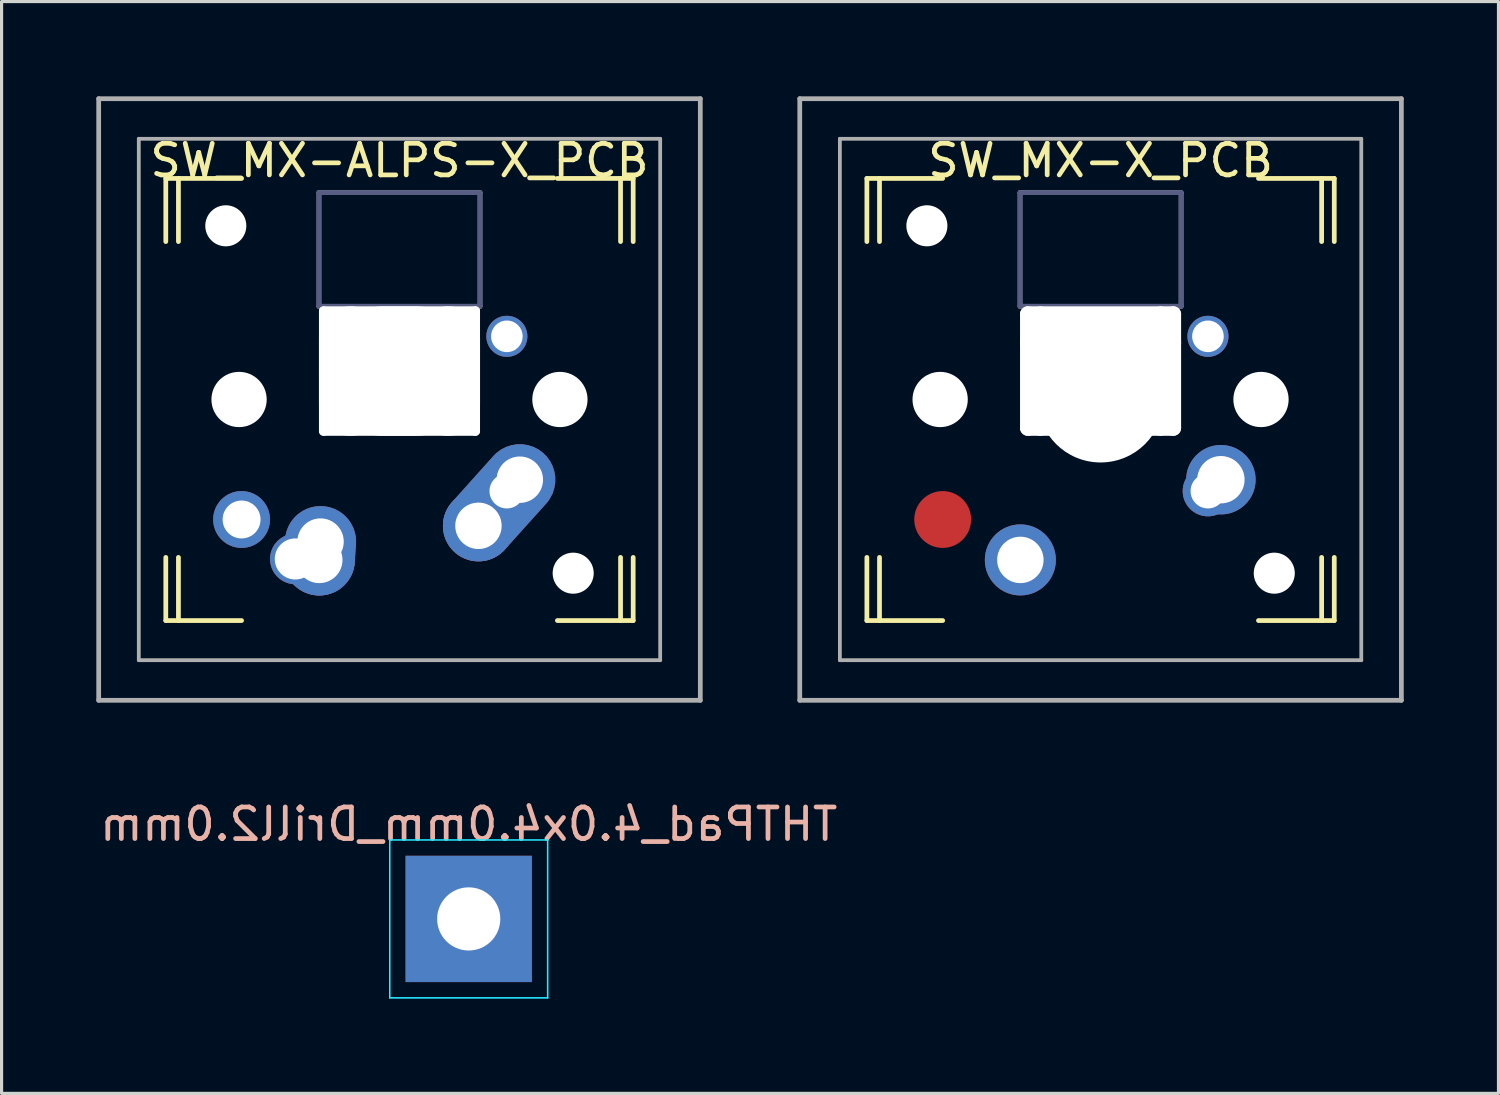
<source format=kicad_pcb>
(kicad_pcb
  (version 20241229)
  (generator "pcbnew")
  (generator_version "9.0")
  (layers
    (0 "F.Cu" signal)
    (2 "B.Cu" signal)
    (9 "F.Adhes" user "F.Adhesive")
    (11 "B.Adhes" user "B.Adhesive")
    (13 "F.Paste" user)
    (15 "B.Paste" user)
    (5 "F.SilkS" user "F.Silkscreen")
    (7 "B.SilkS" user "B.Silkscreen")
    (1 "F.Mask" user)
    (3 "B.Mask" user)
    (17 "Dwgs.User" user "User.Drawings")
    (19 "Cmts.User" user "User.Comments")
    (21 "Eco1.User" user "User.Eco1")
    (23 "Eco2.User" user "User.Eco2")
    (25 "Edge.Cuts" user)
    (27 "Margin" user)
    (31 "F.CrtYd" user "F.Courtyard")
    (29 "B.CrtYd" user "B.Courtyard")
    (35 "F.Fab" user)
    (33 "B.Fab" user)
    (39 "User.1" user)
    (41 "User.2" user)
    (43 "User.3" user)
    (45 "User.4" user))
  (footprint "THTPad_4.0x4.0mm_Drill2.0mm"
    (layer "F.Cu")
    (at 11.792 26.048)
    (property "Reference" "THTPad_4.0x4.0mm_Drill2.0mm" (at 0 -3 0) (layer "B.SilkS") (effects (font (size 1 1) (thickness 0.15)) (justify mirror)))
    (attr exclude_from_pos_files exclude_from_bom)
    (fp_line (start -2.5 2.5) (end -2.5 -2.5) (stroke (width 0.05) (type solid)) (layer "B.CrtYd"))
    (fp_line (start -2.5 2.5) (end 2.5 2.5) (stroke (width 0.05) (type solid)) (layer "B.CrtYd"))
    (fp_line (start 2.5 -2.5) (end -2.5 -2.5) (stroke (width 0.05) (type solid)) (layer "B.CrtYd"))
    (fp_line (start 2.5 -2.5) (end 2.5 2.5) (stroke (width 0.05) (type solid)) (layer "B.CrtYd"))
    (pad "1" thru_hole rect (at 0 0) (size 4 4) (drill 2) (layers "*.Cu")))
  (footprint "SW_MX-ALPS-X_PCB"
    (layer "F.Cu")
    (at 9.6 9.6)
    (property "Reference" "SW_MX-ALPS-X_PCB" (at 0 -7.567 0) (layer "F.SilkS") (effects (font (size 1 1) (thickness 0.15))))
    (attr through_hole)
    (fp_line (start -7.4 -7) (end -5 -7) (stroke (width 0.15) (type solid)) (layer "F.SilkS"))
    (fp_line (start -7.4 -5) (end -7.4 -7) (stroke (width 0.15) (type solid)) (layer "F.SilkS"))
    (fp_line (start -7.4 5) (end -7.4 7) (stroke (width 0.15) (type solid)) (layer "F.SilkS"))
    (fp_line (start -7.4 7) (end -5 7) (stroke (width 0.15) (type solid)) (layer "F.SilkS"))
    (fp_line (start -7 -5) (end -7 -7) (stroke (width 0.15) (type solid)) (layer "F.SilkS"))
    (fp_line (start -7 5) (end -7 7) (stroke (width 0.15) (type solid)) (layer "F.SilkS"))
    (fp_line (start 5 7) (end 7.4 7) (stroke (width 0.15) (type solid)) (layer "F.SilkS"))
    (fp_line (start 7 -5) (end 7 -7) (stroke (width 0.15) (type solid)) (layer "F.SilkS"))
    (fp_line (start 7 7) (end 7 5) (stroke (width 0.15) (type solid)) (layer "F.SilkS"))
    (fp_line (start 7.4 -7) (end 5 -7) (stroke (width 0.15) (type solid)) (layer "F.SilkS"))
    (fp_line (start 7.4 -5) (end 7.4 -7) (stroke (width 0.15) (type solid)) (layer "F.SilkS"))
    (fp_line (start 7.4 7) (end 7.4 5) (stroke (width 0.15) (type solid)) (layer "F.SilkS"))
    (fp_line (start -2.55 -6.55) (end 2.55 -6.55) (stroke (width 0.15) (type solid)) (layer "B.Fab"))
    (fp_line (start -2.55 -2.95) (end -2.55 -6.55) (stroke (width 0.15) (type solid)) (layer "B.Fab"))
    (fp_line (start 2.55 -6.55) (end 2.55 -2.95) (stroke (width 0.15) (type solid)) (layer "B.Fab"))
    (fp_line (start 2.55 -2.95) (end -2.55 -2.95) (stroke (width 0.15) (type solid)) (layer "B.Fab"))
    (fp_line (start -9.525 -9.525) (end 9.525 -9.525) (stroke (width 0.15) (type solid)) (layer "F.Fab"))
    (fp_line (start -9.525 9.525) (end -9.525 -9.525) (stroke (width 0.15) (type solid)) (layer "F.Fab"))
    (fp_line (start -8.255 -8.255) (end 8.255 -8.255) (stroke (width 0.12) (type solid)) (layer "F.Fab"))
    (fp_line (start -8.255 8.255) (end -8.255 -8.255) (stroke (width 0.12) (type solid)) (layer "F.Fab"))
    (fp_line (start -2.55 -6.55) (end -2.55 -2.95) (stroke (width 0.15) (type solid)) (layer "F.Fab"))
    (fp_line (start -2.55 -2.95) (end 2.55 -2.95) (stroke (width 0.15) (type solid)) (layer "F.Fab"))
    (fp_line (start 2.55 -6.55) (end -2.55 -6.55) (stroke (width 0.15) (type solid)) (layer "F.Fab"))
    (fp_line (start 2.55 -2.95) (end 2.55 -6.55) (stroke (width 0.15) (type solid)) (layer "F.Fab"))
    (fp_line (start 8.255 -8.255) (end 8.255 8.255) (stroke (width 0.12) (type solid)) (layer "F.Fab"))
    (fp_line (start 8.255 8.255) (end -8.255 8.255) (stroke (width 0.12) (type solid)) (layer "F.Fab"))
    (fp_line (start 9.525 -9.525) (end 9.525 9.525) (stroke (width 0.15) (type solid)) (layer "F.Fab"))
    (fp_line (start 9.525 9.525) (end -9.525 9.525) (stroke (width 0.15) (type solid)) (layer "F.Fab"))
    (pad "" np_thru_hole circle (at -5.5 -5.5) (size 1.3 1.3) (drill 1.3) (layers "*.Cu" "*.Mask"))
    (pad "" np_thru_hole circle (at -5.08 0 228) (size 1.75 1.75) (drill 1.75) (layers "*.Cu" "*.Mask"))
    (pad "" np_thru_hole oval (at -2.4 -0.9) (size 0.3 4.1) (drill oval 0.3 4.1) (layers "*.Cu" "*.Mask"))
    (pad "" np_thru_hole oval (at -1.55 -0.9) (size 2 4.1) (drill oval 2 4.1) (layers "*.Cu" "*.Mask"))
    (pad "" np_thru_hole oval (at 0 -2.8) (size 5.1 0.3) (drill oval 5.1 0.3) (layers "*.Cu" "*.Mask"))
    (pad "" np_thru_hole oval (at 0 -0.9) (size 5.1 4.1) (drill oval 5.1 4.1) (layers "*.Cu" "*.Mask"))
    (pad "" np_thru_hole oval (at 0 1) (size 5.1 0.3) (drill oval 5.1 0.3) (layers "*.Cu" "*.Mask"))
    (pad "" np_thru_hole oval (at 1.55 -0.9) (size 2 4.1) (drill oval 2 4.1) (layers "*.Cu" "*.Mask"))
    (pad "" np_thru_hole oval (at 2.4 -0.9) (size 0.3 4.1) (drill oval 0.3 4.1) (layers "*.Cu" "*.Mask"))
    (pad "" np_thru_hole circle (at 5.08 0 228) (size 1.75 1.75) (drill 1.75) (layers "*.Cu" "*.Mask"))
    (pad "" np_thru_hole circle (at 5.5 5.5) (size 1.3 1.3) (drill 1.3) (layers "*.Cu" "*.Mask"))
    (pad "1" thru_hole circle (at -5 3.8 180) (size 1.8 1.8) (drill 1.2) (layers "*.Cu" "*.Mask"))
    (pad "1" thru_hole circle (at 3.4 -2) (size 1.3 1.3) (drill 1) (layers "*.Cu" "*.Mask"))
    (pad "2" thru_hole circle (at 2.5 4 180) (size 2.25 2.25) (drill 1.47) (layers "*.Cu" "B.Mask"))
    (pad "2" thru_hole circle (at 3.4 2.9) (size 1.6 1.6) (drill 1.1) (layers "*.Cu" "*.Mask"))
    (pad "2" thru_hole custom (at 3.81 2.54 180) (size 2.25 2.25) (drill 1.47) (layers "*.Cu" "*.Mask") (options (anchor circle)) (primitives (gr_line (start 1.61 -1.16) (end 0.3 0.3) (width 1.4)) (gr_line (start 1.008 -1.758) (end -0.34 -0.26) (width 1.4)) (gr_arc (start 1.01 -1.76) (mid 1.61 -1.76) (end 1.61 -1.16) (width 1.4))))
    (pad "3" thru_hole circle (at -3.3 5.05 180) (size 1.6 1.6) (drill 1.3) (layers "*.Cu" "*.Mask"))
    (pad "3" thru_hole circle (at -2.54 5.08 180) (size 2.25 2.25) (drill 1.47) (layers "*.Cu" "*.Mask"))
    (pad "3" thru_hole oval (at -2.5 4.5 266.1) (size 2.831 2.25) (drill 1.47 (offset 0.291 0)) (layers "*.Cu" "*.Mask")))
  (footprint "SW_MX-X_PCB"
    (layer "F.Cu")
    (at 31.8 9.6)
    (property "Reference" "SW_MX-X_PCB" (at 0 -7.567 0) (layer "F.SilkS") (effects (font (size 1 1) (thickness 0.15))))
    (attr through_hole)
    (fp_line (start -7.4 -7) (end -5 -7) (stroke (width 0.15) (type solid)) (layer "F.SilkS"))
    (fp_line (start -7.4 -5) (end -7.4 -7) (stroke (width 0.15) (type solid)) (layer "F.SilkS"))
    (fp_line (start -7.4 5) (end -7.4 7) (stroke (width 0.15) (type solid)) (layer "F.SilkS"))
    (fp_line (start -7.4 7) (end -5 7) (stroke (width 0.15) (type solid)) (layer "F.SilkS"))
    (fp_line (start -7 -5) (end -7 -7) (stroke (width 0.15) (type solid)) (layer "F.SilkS"))
    (fp_line (start -7 5) (end -7 7) (stroke (width 0.15) (type solid)) (layer "F.SilkS"))
    (fp_line (start 5 7) (end 7.4 7) (stroke (width 0.15) (type solid)) (layer "F.SilkS"))
    (fp_line (start 7 -5) (end 7 -7) (stroke (width 0.15) (type solid)) (layer "F.SilkS"))
    (fp_line (start 7 7) (end 7 5) (stroke (width 0.15) (type solid)) (layer "F.SilkS"))
    (fp_line (start 7.4 -7) (end 5 -7) (stroke (width 0.15) (type solid)) (layer "F.SilkS"))
    (fp_line (start 7.4 -5) (end 7.4 -7) (stroke (width 0.15) (type solid)) (layer "F.SilkS"))
    (fp_line (start 7.4 7) (end 7.4 5) (stroke (width 0.15) (type solid)) (layer "F.SilkS"))
    (fp_line (start -2.55 -6.55) (end 2.55 -6.55) (stroke (width 0.15) (type solid)) (layer "B.Fab"))
    (fp_line (start -2.55 -2.95) (end -2.55 -6.55) (stroke (width 0.15) (type solid)) (layer "B.Fab"))
    (fp_line (start 2.55 -6.55) (end 2.55 -2.95) (stroke (width 0.15) (type solid)) (layer "B.Fab"))
    (fp_line (start 2.55 -2.95) (end -2.55 -2.95) (stroke (width 0.15) (type solid)) (layer "B.Fab"))
    (fp_line (start -9.525 -9.525) (end 9.525 -9.525) (stroke (width 0.15) (type solid)) (layer "F.Fab"))
    (fp_line (start -9.525 9.525) (end -9.525 -9.525) (stroke (width 0.15) (type solid)) (layer "F.Fab"))
    (fp_line (start -8.255 -8.255) (end 8.255 -8.255) (stroke (width 0.12) (type solid)) (layer "F.Fab"))
    (fp_line (start -8.255 8.255) (end -8.255 -8.255) (stroke (width 0.12) (type solid)) (layer "F.Fab"))
    (fp_line (start -2.55 -6.55) (end -2.55 -2.95) (stroke (width 0.15) (type solid)) (layer "F.Fab"))
    (fp_line (start -2.55 -2.95) (end 2.55 -2.95) (stroke (width 0.15) (type solid)) (layer "F.Fab"))
    (fp_line (start 2.55 -6.55) (end -2.55 -6.55) (stroke (width 0.15) (type solid)) (layer "F.Fab"))
    (fp_line (start 2.55 -2.95) (end 2.55 -6.55) (stroke (width 0.15) (type solid)) (layer "F.Fab"))
    (fp_line (start 8.255 -8.255) (end 8.255 8.255) (stroke (width 0.12) (type solid)) (layer "F.Fab"))
    (fp_line (start 8.255 8.255) (end -8.255 8.255) (stroke (width 0.12) (type solid)) (layer "F.Fab"))
    (fp_line (start 9.525 -9.525) (end 9.525 9.525) (stroke (width 0.15) (type solid)) (layer "F.Fab"))
    (fp_line (start 9.525 9.525) (end -9.525 9.525) (stroke (width 0.15) (type solid)) (layer "F.Fab"))
    (pad "" np_thru_hole circle (at -5.5 -5.5) (size 1.3 1.3) (drill 1.3) (layers "*.Cu" "*.Mask"))
    (pad "" np_thru_hole circle (at -5.08 0 228) (size 1.75 1.75) (drill 1.75) (layers "*.Cu" "*.Mask"))
    (pad "" np_thru_hole oval (at -2.3 -0.9 180) (size 0.5 4.1) (drill oval 0.5 4.1) (layers "*.Cu" "*.Mask"))
    (pad "" np_thru_hole oval (at -1.905 -0.9 180) (size 0.5 4.1) (drill oval 0.5 4.1) (layers "*.Cu" "*.Mask"))
    (pad "" np_thru_hole oval (at 0 -2.7 180) (size 5.1 0.5) (drill oval 5.1 0.5) (layers "*.Cu" "*.Mask"))
    (pad "" np_thru_hole oval (at 0 -1.8 180) (size 5.1 1.5) (drill oval 5.1 1.5) (layers "*.Cu" "*.Mask"))
    (pad "" np_thru_hole circle (at 0 0) (size 3.988 3.988) (drill 3.988) (layers "*.Cu" "*.Mask"))
    (pad "" np_thru_hole oval (at 0 0.9 180) (size 5.1 0.5) (drill oval 5.1 0.5) (layers "*.Cu" "*.Mask"))
    (pad "" np_thru_hole oval (at 1.9 -0.9 180) (size 0.5 4.1) (drill oval 0.5 4.1) (layers "*.Cu" "*.Mask"))
    (pad "" np_thru_hole oval (at 2.3 -0.9 180) (size 0.5 4.1) (drill oval 0.5 4.1) (layers "*.Cu" "*.Mask"))
    (pad "" np_thru_hole circle (at 5.08 0 228) (size 1.75 1.75) (drill 1.75) (layers "*.Cu" "*.Mask"))
    (pad "" np_thru_hole circle (at 5.5 5.5) (size 1.3 1.3) (drill 1.3) (layers "*.Cu" "*.Mask"))
    (pad "1" smd circle (at -5 3.8 180) (size 1.8 1.8) (layers "F.Cu" "F.Mask" "F.Paste"))
    (pad "1" thru_hole circle (at 3.4 -2) (size 1.3 1.3) (drill 1) (layers "*.Cu" "*.Mask"))
    (pad "2" thru_hole circle (at 3.4 2.9) (size 1.6 1.6) (drill 1.1) (layers "*.Cu" "*.Mask"))
    (pad "2" thru_hole circle (at 3.81 2.54 180) (size 2.2 2.2) (drill 1.5) (layers "*.Cu" "*.Mask"))
    (pad "3" thru_hole circle (at -2.54 5.08 180) (size 2.25 2.25) (drill 1.47) (layers "*.Cu" "*.Mask")))
  (gr_rect
    (start -3 -3)
    (end 44.4 31.573)
    (stroke (width 0.1) (type default))
    (fill no)
    (layer "Edge.Cuts")))
</source>
